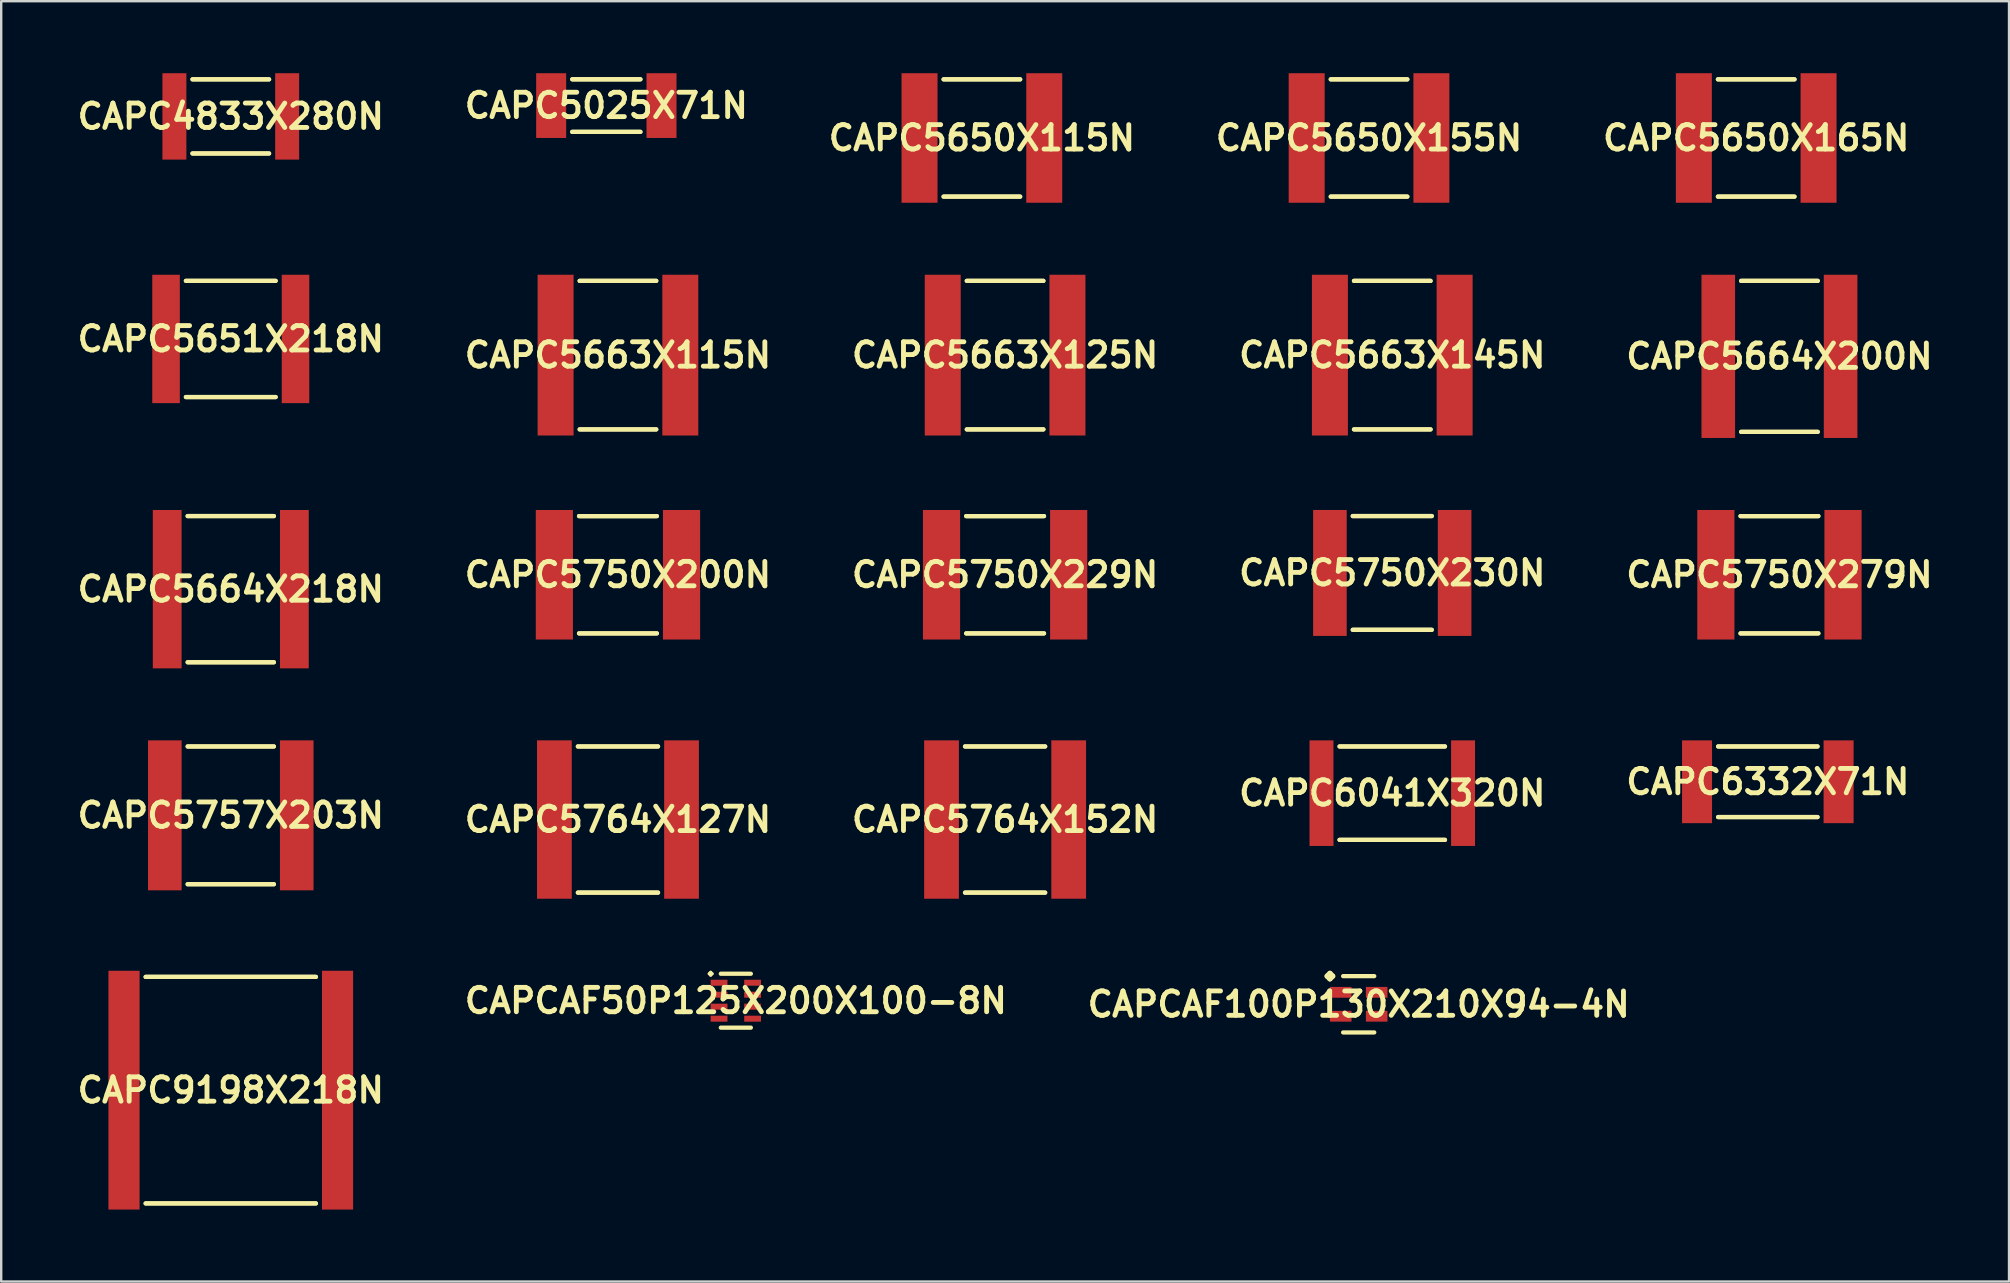
<source format=kicad_pcb>
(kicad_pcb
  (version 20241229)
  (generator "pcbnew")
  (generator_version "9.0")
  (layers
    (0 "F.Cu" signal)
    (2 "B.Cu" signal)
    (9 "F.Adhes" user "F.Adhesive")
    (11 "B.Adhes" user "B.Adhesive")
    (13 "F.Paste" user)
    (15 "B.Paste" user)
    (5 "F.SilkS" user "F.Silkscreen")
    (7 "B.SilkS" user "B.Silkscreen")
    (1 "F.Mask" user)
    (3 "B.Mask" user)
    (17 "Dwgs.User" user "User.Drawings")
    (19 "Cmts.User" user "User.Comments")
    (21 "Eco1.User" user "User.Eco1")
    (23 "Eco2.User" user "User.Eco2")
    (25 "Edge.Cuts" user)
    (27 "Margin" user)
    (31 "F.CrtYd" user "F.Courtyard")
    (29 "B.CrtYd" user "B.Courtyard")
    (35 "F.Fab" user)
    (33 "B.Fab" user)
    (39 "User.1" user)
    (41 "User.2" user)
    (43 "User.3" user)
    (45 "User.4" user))
  (footprint "CAPC5664X200N"
    (layer "F.Cu")
    (at 71.088 11.797)
    (property "Reference" "CAPC5664X200N" (at 0 0 0) (layer "F.SilkS") (effects (font (size 1.016 1.016) (thickness 0.203))))
    (attr smd)
    (fp_line (start -1.595 -3.145) (end 1.595 -3.145) (stroke (width 0.178) (type solid)) (layer "F.SilkS"))
    (fp_line (start -1.595 3.145) (end 1.595 3.145) (stroke (width 0.178) (type solid)) (layer "F.SilkS"))
    (fp_line (start 1.595 -3.145) (end -1.595 -3.145) (stroke (width 0.178) (type solid)) (layer "F.SilkS"))
    (fp_line (start 1.595 3.145) (end -1.595 3.145) (stroke (width 0.178) (type solid)) (layer "F.SilkS"))
    (pad "1" smd rect (at -2.548 0) (size 1.4 6.8) (layers "F.Cu" "F.Mask" "F.Paste"))
    (pad "2" smd rect (at 2.548 0) (size 1.4 6.8) (layers "F.Cu" "F.Mask" "F.Paste")))
  (footprint "CAPC6041X320N"
    (layer "F.Cu")
    (at 54.957 29.996)
    (property "Reference" "CAPC6041X320N" (at 0 0 0) (layer "F.SilkS") (effects (font (size 1.016 1.016) (thickness 0.203))))
    (attr smd)
    (fp_line (start -2.195 -1.946) (end 2.195 -1.946) (stroke (width 0.178) (type solid)) (layer "F.SilkS"))
    (fp_line (start -2.195 1.946) (end 2.195 1.946) (stroke (width 0.178) (type solid)) (layer "F.SilkS"))
    (fp_line (start 2.195 -1.946) (end -2.195 -1.946) (stroke (width 0.178) (type solid)) (layer "F.SilkS"))
    (fp_line (start 2.195 1.946) (end -2.195 1.946) (stroke (width 0.178) (type solid)) (layer "F.SilkS"))
    (pad "1" smd rect (at -2.949 0) (size 0.998 4.399) (layers "F.Cu" "F.Mask" "F.Paste"))
    (pad "2" smd rect (at 2.949 0) (size 0.998 4.399) (layers "F.Cu" "F.Mask" "F.Paste")))
  (footprint "CAPC5663X115N"
    (layer "F.Cu")
    (at 22.696 11.746)
    (property "Reference" "CAPC5663X115N" (at 0 0 0) (layer "F.SilkS") (effects (font (size 1.016 1.016) (thickness 0.203))))
    (attr smd)
    (fp_line (start -1.595 -3.094) (end 1.595 -3.094) (stroke (width 0.178) (type solid)) (layer "F.SilkS"))
    (fp_line (start -1.595 3.094) (end 1.595 3.094) (stroke (width 0.178) (type solid)) (layer "F.SilkS"))
    (fp_line (start 1.595 -3.094) (end -1.595 -3.094) (stroke (width 0.178) (type solid)) (layer "F.SilkS"))
    (fp_line (start 1.595 3.094) (end -1.595 3.094) (stroke (width 0.178) (type solid)) (layer "F.SilkS"))
    (pad "1" smd rect (at -2.598 0) (size 1.499 6.698) (layers "F.Cu" "F.Mask" "F.Paste"))
    (pad "2" smd rect (at 2.598 0) (size 1.499 6.698) (layers "F.Cu" "F.Mask" "F.Paste")))
  (footprint "CAPC5650X165N"
    (layer "F.Cu")
    (at 70.12 2.699)
    (property "Reference" "CAPC5650X165N" (at 0 0 0) (layer "F.SilkS") (effects (font (size 1.016 1.016) (thickness 0.203))))
    (attr smd)
    (fp_line (start -1.595 -2.443) (end 1.595 -2.443) (stroke (width 0.178) (type solid)) (layer "F.SilkS"))
    (fp_line (start -1.595 2.443) (end 1.595 2.443) (stroke (width 0.178) (type solid)) (layer "F.SilkS"))
    (fp_line (start 1.595 -2.443) (end -1.595 -2.443) (stroke (width 0.178) (type solid)) (layer "F.SilkS"))
    (fp_line (start 1.595 2.443) (end -1.595 2.443) (stroke (width 0.178) (type solid)) (layer "F.SilkS"))
    (pad "1" smd rect (at -2.598 0) (size 1.499 5.397) (layers "F.Cu" "F.Mask" "F.Paste"))
    (pad "2" smd rect (at 2.598 0) (size 1.499 5.397) (layers "F.Cu" "F.Mask" "F.Paste")))
  (footprint "CAPC4833X280N"
    (layer "F.Cu")
    (at 6.565 1.8)
    (property "Reference" "CAPC4833X280N" (at 0 0 0) (layer "F.SilkS") (effects (font (size 1.016 1.016) (thickness 0.203))))
    (attr smd)
    (fp_line (start -1.595 -1.544) (end 1.595 -1.544) (stroke (width 0.178) (type solid)) (layer "F.SilkS"))
    (fp_line (start -1.595 1.544) (end 1.595 1.544) (stroke (width 0.178) (type solid)) (layer "F.SilkS"))
    (fp_line (start 1.595 -1.544) (end -1.595 -1.544) (stroke (width 0.178) (type solid)) (layer "F.SilkS"))
    (fp_line (start 1.595 1.544) (end -1.595 1.544) (stroke (width 0.178) (type solid)) (layer "F.SilkS"))
    (pad "1" smd rect (at -2.349 0) (size 0.998 3.599) (layers "F.Cu" "F.Mask" "F.Paste"))
    (pad "2" smd rect (at 2.349 0) (size 0.998 3.599) (layers "F.Cu" "F.Mask" "F.Paste")))
  (footprint "CAPC5650X115N"
    (layer "F.Cu")
    (at 37.859 2.699)
    (property "Reference" "CAPC5650X115N" (at 0 0 0) (layer "F.SilkS") (effects (font (size 1.016 1.016) (thickness 0.203))))
    (attr smd)
    (fp_line (start -1.595 -2.443) (end 1.595 -2.443) (stroke (width 0.178) (type solid)) (layer "F.SilkS"))
    (fp_line (start -1.595 2.443) (end 1.595 2.443) (stroke (width 0.178) (type solid)) (layer "F.SilkS"))
    (fp_line (start 1.595 -2.443) (end -1.595 -2.443) (stroke (width 0.178) (type solid)) (layer "F.SilkS"))
    (fp_line (start 1.595 2.443) (end -1.595 2.443) (stroke (width 0.178) (type solid)) (layer "F.SilkS"))
    (pad "1" smd rect (at -2.598 0) (size 1.499 5.397) (layers "F.Cu" "F.Mask" "F.Paste"))
    (pad "2" smd rect (at 2.598 0) (size 1.499 5.397) (layers "F.Cu" "F.Mask" "F.Paste")))
  (footprint "CAPC5764X152N"
    (layer "F.Cu")
    (at 38.826 31.095)
    (property "Reference" "CAPC5764X152N" (at 0 0 0) (layer "F.SilkS") (effects (font (size 1.016 1.016) (thickness 0.203))))
    (attr smd)
    (fp_line (start -1.669 -3.045) (end 1.669 -3.045) (stroke (width 0.178) (type solid)) (layer "F.SilkS"))
    (fp_line (start -1.669 3.045) (end 1.669 3.045) (stroke (width 0.178) (type solid)) (layer "F.SilkS"))
    (fp_line (start 1.669 -3.045) (end -1.669 -3.045) (stroke (width 0.178) (type solid)) (layer "F.SilkS"))
    (fp_line (start 1.669 3.045) (end -1.669 3.045) (stroke (width 0.178) (type solid)) (layer "F.SilkS"))
    (pad "1" smd rect (at -2.649 0) (size 1.448 6.599) (layers "F.Cu" "F.Mask" "F.Paste"))
    (pad "2" smd rect (at 2.649 0) (size 1.448 6.599) (layers "F.Cu" "F.Mask" "F.Paste")))
  (footprint "CAPC5750X279N"
    (layer "F.Cu")
    (at 71.088 20.896)
    (property "Reference" "CAPC5750X279N" (at 0 0 0) (layer "F.SilkS") (effects (font (size 1.016 1.016) (thickness 0.203))))
    (attr smd)
    (fp_line (start -1.621 -2.443) (end 1.621 -2.443) (stroke (width 0.178) (type solid)) (layer "F.SilkS"))
    (fp_line (start -1.621 2.443) (end 1.621 2.443) (stroke (width 0.178) (type solid)) (layer "F.SilkS"))
    (fp_line (start 1.621 -2.443) (end -1.621 -2.443) (stroke (width 0.178) (type solid)) (layer "F.SilkS"))
    (fp_line (start 1.621 2.443) (end -1.621 2.443) (stroke (width 0.178) (type solid)) (layer "F.SilkS"))
    (pad "1" smd rect (at -2.649 0) (size 1.549 5.397) (layers "F.Cu" "F.Mask" "F.Paste"))
    (pad "2" smd rect (at 2.649 0) (size 1.549 5.397) (layers "F.Cu" "F.Mask" "F.Paste")))
  (footprint "CAPC5750X229N"
    (layer "F.Cu")
    (at 38.826 20.896)
    (property "Reference" "CAPC5750X229N" (at 0 0 0) (layer "F.SilkS") (effects (font (size 1.016 1.016) (thickness 0.203))))
    (attr smd)
    (fp_line (start -1.621 -2.443) (end 1.621 -2.443) (stroke (width 0.178) (type solid)) (layer "F.SilkS"))
    (fp_line (start -1.621 2.443) (end 1.621 2.443) (stroke (width 0.178) (type solid)) (layer "F.SilkS"))
    (fp_line (start 1.621 -2.443) (end -1.621 -2.443) (stroke (width 0.178) (type solid)) (layer "F.SilkS"))
    (fp_line (start 1.621 2.443) (end -1.621 2.443) (stroke (width 0.178) (type solid)) (layer "F.SilkS"))
    (pad "1" smd rect (at -2.649 0) (size 1.549 5.397) (layers "F.Cu" "F.Mask" "F.Paste"))
    (pad "2" smd rect (at 2.649 0) (size 1.549 5.397) (layers "F.Cu" "F.Mask" "F.Paste")))
  (footprint "CAPC5663X145N"
    (layer "F.Cu")
    (at 54.957 11.746)
    (property "Reference" "CAPC5663X145N" (at 0 0 0) (layer "F.SilkS") (effects (font (size 1.016 1.016) (thickness 0.203))))
    (attr smd)
    (fp_line (start -1.595 -3.094) (end 1.595 -3.094) (stroke (width 0.178) (type solid)) (layer "F.SilkS"))
    (fp_line (start -1.595 3.094) (end 1.595 3.094) (stroke (width 0.178) (type solid)) (layer "F.SilkS"))
    (fp_line (start 1.595 -3.094) (end -1.595 -3.094) (stroke (width 0.178) (type solid)) (layer "F.SilkS"))
    (fp_line (start 1.595 3.094) (end -1.595 3.094) (stroke (width 0.178) (type solid)) (layer "F.SilkS"))
    (pad "1" smd rect (at -2.598 0) (size 1.499 6.698) (layers "F.Cu" "F.Mask" "F.Paste"))
    (pad "2" smd rect (at 2.598 0) (size 1.499 6.698) (layers "F.Cu" "F.Mask" "F.Paste")))
  (footprint "CAPC5025X71N"
    (layer "F.Cu")
    (at 22.212 1.349)
    (property "Reference" "CAPC5025X71N" (at 0 0 0) (layer "F.SilkS") (effects (font (size 1.016 1.016) (thickness 0.203))))
    (attr smd)
    (fp_line (start -1.42 -1.095) (end 1.42 -1.095) (stroke (width 0.178) (type solid)) (layer "F.SilkS"))
    (fp_line (start -1.42 1.095) (end 1.42 1.095) (stroke (width 0.178) (type solid)) (layer "F.SilkS"))
    (fp_line (start 1.42 -1.095) (end -1.42 -1.095) (stroke (width 0.178) (type solid)) (layer "F.SilkS"))
    (fp_line (start 1.42 1.095) (end -1.42 1.095) (stroke (width 0.178) (type solid)) (layer "F.SilkS"))
    (pad "1" smd rect (at -2.299 0) (size 1.25 2.697) (layers "F.Cu" "F.Mask" "F.Paste"))
    (pad "2" smd rect (at 2.299 0) (size 1.25 2.697) (layers "F.Cu" "F.Mask" "F.Paste")))
  (footprint "CAPC5664X218N"
    (layer "F.Cu")
    (at 6.565 21.497)
    (property "Reference" "CAPC5664X218N" (at 0 0 0) (layer "F.SilkS") (effects (font (size 1.016 1.016) (thickness 0.203))))
    (attr smd)
    (fp_line (start -1.796 -3.045) (end 1.796 -3.045) (stroke (width 0.178) (type solid)) (layer "F.SilkS"))
    (fp_line (start -1.796 3.045) (end 1.796 3.045) (stroke (width 0.178) (type solid)) (layer "F.SilkS"))
    (fp_line (start 1.796 -3.045) (end -1.796 -3.045) (stroke (width 0.178) (type solid)) (layer "F.SilkS"))
    (fp_line (start 1.796 3.045) (end -1.796 3.045) (stroke (width 0.178) (type solid)) (layer "F.SilkS"))
    (pad "1" smd rect (at -2.649 0) (size 1.199 6.599) (layers "F.Cu" "F.Mask" "F.Paste"))
    (pad "2" smd rect (at 2.649 0) (size 1.199 6.599) (layers "F.Cu" "F.Mask" "F.Paste")))
  (footprint "CAPC6332X71N"
    (layer "F.Cu")
    (at 70.604 29.521)
    (property "Reference" "CAPC6332X71N" (at 0 0 0) (layer "F.SilkS") (effects (font (size 1.016 1.016) (thickness 0.203))))
    (attr smd)
    (fp_line (start -2.07 -1.471) (end 2.07 -1.471) (stroke (width 0.178) (type solid)) (layer "F.SilkS"))
    (fp_line (start -2.07 1.471) (end 2.07 1.471) (stroke (width 0.178) (type solid)) (layer "F.SilkS"))
    (fp_line (start 2.07 -1.471) (end -2.07 -1.471) (stroke (width 0.178) (type solid)) (layer "F.SilkS"))
    (fp_line (start 2.07 1.471) (end -2.07 1.471) (stroke (width 0.178) (type solid)) (layer "F.SilkS"))
    (pad "1" smd rect (at -2.949 0) (size 1.25 3.449) (layers "F.Cu" "F.Mask" "F.Paste"))
    (pad "2" smd rect (at 2.949 0) (size 1.25 3.449) (layers "F.Cu" "F.Mask" "F.Paste")))
  (footprint "CAPC5750X230N"
    (layer "F.Cu")
    (at 54.957 20.821)
    (property "Reference" "CAPC5750X230N" (at 0 0 0) (layer "F.SilkS") (effects (font (size 1.016 1.016) (thickness 0.203))))
    (attr smd)
    (fp_line (start -1.646 -2.37) (end 1.646 -2.37) (stroke (width 0.178) (type solid)) (layer "F.SilkS"))
    (fp_line (start -1.646 2.37) (end 1.646 2.37) (stroke (width 0.178) (type solid)) (layer "F.SilkS"))
    (fp_line (start 1.646 -2.37) (end -1.646 -2.37) (stroke (width 0.178) (type solid)) (layer "F.SilkS"))
    (fp_line (start 1.646 2.37) (end -1.646 2.37) (stroke (width 0.178) (type solid)) (layer "F.SilkS"))
    (pad "1" smd rect (at -2.598 0) (size 1.4 5.248) (layers "F.Cu" "F.Mask" "F.Paste"))
    (pad "2" smd rect (at 2.598 0) (size 1.4 5.248) (layers "F.Cu" "F.Mask" "F.Paste")))
  (footprint "CAPCAF100P130X210X94-4N"
    (layer "F.Cu")
    (at 53.558 38.792)
    (property "Reference" "CAPCAF100P130X210X94-4N" (at 0 0 0) (layer "F.SilkS") (effects (font (size 1.016 1.016) (thickness 0.203))))
    (attr smd)
    (fp_line (start -1.311 -1.173) (end -1.199 -1.285) (stroke (width 0.224) (type solid)) (layer "F.SilkS"))
    (fp_line (start -1.199 -1.285) (end -1.087 -1.173) (stroke (width 0.224) (type solid)) (layer "F.SilkS"))
    (fp_line (start -1.199 -1.062) (end -1.311 -1.173) (stroke (width 0.224) (type solid)) (layer "F.SilkS"))
    (fp_line (start -1.087 -1.173) (end -1.199 -1.062) (stroke (width 0.224) (type solid)) (layer "F.SilkS"))
    (fp_line (start -0.648 -1.173) (end 0.648 -1.173) (stroke (width 0.178) (type solid)) (layer "F.SilkS"))
    (fp_line (start -0.648 1.173) (end 0.648 1.173) (stroke (width 0.178) (type solid)) (layer "F.SilkS"))
    (pad "1" smd rect (at -0.749 -0.498) (size 0.899 0.45) (layers "F.Cu" "F.Mask" "F.Paste"))
    (pad "2" smd rect (at -0.749 0.498) (size 0.899 0.45) (layers "F.Cu" "F.Mask" "F.Paste"))
    (pad "3" smd rect (at 0.749 0.498) (size 0.899 0.45) (layers "F.Cu" "F.Mask" "F.Paste"))
    (pad "4" smd rect (at 0.749 -0.498) (size 0.899 0.45) (layers "F.Cu" "F.Mask" "F.Paste")))
  (footprint "CAPC5764X127N"
    (layer "F.Cu")
    (at 22.696 31.095)
    (property "Reference" "CAPC5764X127N" (at 0 0 0) (layer "F.SilkS") (effects (font (size 1.016 1.016) (thickness 0.203))))
    (attr smd)
    (fp_line (start -1.669 -3.045) (end 1.669 -3.045) (stroke (width 0.178) (type solid)) (layer "F.SilkS"))
    (fp_line (start -1.669 3.045) (end 1.669 3.045) (stroke (width 0.178) (type solid)) (layer "F.SilkS"))
    (fp_line (start 1.669 -3.045) (end -1.669 -3.045) (stroke (width 0.178) (type solid)) (layer "F.SilkS"))
    (fp_line (start 1.669 3.045) (end -1.669 3.045) (stroke (width 0.178) (type solid)) (layer "F.SilkS"))
    (pad "1" smd rect (at -2.649 0) (size 1.448 6.599) (layers "F.Cu" "F.Mask" "F.Paste"))
    (pad "2" smd rect (at 2.649 0) (size 1.448 6.599) (layers "F.Cu" "F.Mask" "F.Paste")))
  (footprint "CAPC5750X200N"
    (layer "F.Cu")
    (at 22.696 20.896)
    (property "Reference" "CAPC5750X200N" (at 0 0 0) (layer "F.SilkS") (effects (font (size 1.016 1.016) (thickness 0.203))))
    (attr smd)
    (fp_line (start -1.621 -2.443) (end 1.621 -2.443) (stroke (width 0.178) (type solid)) (layer "F.SilkS"))
    (fp_line (start -1.621 2.443) (end 1.621 2.443) (stroke (width 0.178) (type solid)) (layer "F.SilkS"))
    (fp_line (start 1.621 -2.443) (end -1.621 -2.443) (stroke (width 0.178) (type solid)) (layer "F.SilkS"))
    (fp_line (start 1.621 2.443) (end -1.621 2.443) (stroke (width 0.178) (type solid)) (layer "F.SilkS"))
    (pad "1" smd rect (at -2.649 0) (size 1.549 5.397) (layers "F.Cu" "F.Mask" "F.Paste"))
    (pad "2" smd rect (at 2.649 0) (size 1.549 5.397) (layers "F.Cu" "F.Mask" "F.Paste")))
  (footprint "CAPC5651X218N"
    (layer "F.Cu")
    (at 6.565 11.072)
    (property "Reference" "CAPC5651X218N" (at 0 0 0) (layer "F.SilkS") (effects (font (size 1.016 1.016) (thickness 0.203))))
    (attr smd)
    (fp_line (start -1.869 -2.421) (end 1.869 -2.421) (stroke (width 0.178) (type solid)) (layer "F.SilkS"))
    (fp_line (start -1.869 2.421) (end 1.869 2.421) (stroke (width 0.178) (type solid)) (layer "F.SilkS"))
    (fp_line (start 1.869 -2.421) (end -1.869 -2.421) (stroke (width 0.178) (type solid)) (layer "F.SilkS"))
    (fp_line (start 1.869 2.421) (end -1.869 2.421) (stroke (width 0.178) (type solid)) (layer "F.SilkS"))
    (pad "1" smd rect (at -2.697 0) (size 1.148 5.349) (layers "F.Cu" "F.Mask" "F.Paste"))
    (pad "2" smd rect (at 2.697 0) (size 1.148 5.349) (layers "F.Cu" "F.Mask" "F.Paste")))
  (footprint "CAPC5663X125N"
    (layer "F.Cu")
    (at 38.826 11.746)
    (property "Reference" "CAPC5663X125N" (at 0 0 0) (layer "F.SilkS") (effects (font (size 1.016 1.016) (thickness 0.203))))
    (attr smd)
    (fp_line (start -1.595 -3.094) (end 1.595 -3.094) (stroke (width 0.178) (type solid)) (layer "F.SilkS"))
    (fp_line (start -1.595 3.094) (end 1.595 3.094) (stroke (width 0.178) (type solid)) (layer "F.SilkS"))
    (fp_line (start 1.595 -3.094) (end -1.595 -3.094) (stroke (width 0.178) (type solid)) (layer "F.SilkS"))
    (fp_line (start 1.595 3.094) (end -1.595 3.094) (stroke (width 0.178) (type solid)) (layer "F.SilkS"))
    (pad "1" smd rect (at -2.598 0) (size 1.499 6.698) (layers "F.Cu" "F.Mask" "F.Paste"))
    (pad "2" smd rect (at 2.598 0) (size 1.499 6.698) (layers "F.Cu" "F.Mask" "F.Paste")))
  (footprint "CAPC5650X155N"
    (layer "F.Cu")
    (at 53.989 2.699)
    (property "Reference" "CAPC5650X155N" (at 0 0 0) (layer "F.SilkS") (effects (font (size 1.016 1.016) (thickness 0.203))))
    (attr smd)
    (fp_line (start -1.595 -2.443) (end 1.595 -2.443) (stroke (width 0.178) (type solid)) (layer "F.SilkS"))
    (fp_line (start -1.595 2.443) (end 1.595 2.443) (stroke (width 0.178) (type solid)) (layer "F.SilkS"))
    (fp_line (start 1.595 -2.443) (end -1.595 -2.443) (stroke (width 0.178) (type solid)) (layer "F.SilkS"))
    (fp_line (start 1.595 2.443) (end -1.595 2.443) (stroke (width 0.178) (type solid)) (layer "F.SilkS"))
    (pad "1" smd rect (at -2.598 0) (size 1.499 5.397) (layers "F.Cu" "F.Mask" "F.Paste"))
    (pad "2" smd rect (at 2.598 0) (size 1.499 5.397) (layers "F.Cu" "F.Mask" "F.Paste")))
  (footprint "CAPCAF50P125X200X100-8N"
    (layer "F.Cu")
    (at 27.607 38.643)
    (property "Reference" "CAPCAF50P125X200X100-8N" (at 0 0 0) (layer "F.SilkS") (effects (font (size 1.016 1.016) (thickness 0.203))))
    (attr smd)
    (fp_line (start -1.11 -1.123) (end -1.049 -1.186) (stroke (width 0.124) (type solid)) (layer "F.SilkS"))
    (fp_line (start -1.049 -1.186) (end -0.986 -1.123) (stroke (width 0.124) (type solid)) (layer "F.SilkS"))
    (fp_line (start -1.049 -1.062) (end -1.11 -1.123) (stroke (width 0.124) (type solid)) (layer "F.SilkS"))
    (fp_line (start -0.986 -1.123) (end -1.049 -1.062) (stroke (width 0.124) (type solid)) (layer "F.SilkS"))
    (fp_line (start -0.625 -1.123) (end 0.625 -1.123) (stroke (width 0.178) (type solid)) (layer "F.SilkS"))
    (fp_line (start -0.625 1.123) (end 0.625 1.123) (stroke (width 0.178) (type solid)) (layer "F.SilkS"))
    (pad "1" smd rect (at -0.699 -0.749) (size 0.699 0.249) (layers "F.Cu" "F.Mask" "F.Paste"))
    (pad "2" smd rect (at -0.699 -0.249) (size 0.699 0.249) (layers "F.Cu" "F.Mask" "F.Paste"))
    (pad "3" smd rect (at -0.699 0.249) (size 0.699 0.249) (layers "F.Cu" "F.Mask" "F.Paste"))
    (pad "4" smd rect (at -0.699 0.749) (size 0.699 0.249) (layers "F.Cu" "F.Mask" "F.Paste"))
    (pad "5" smd rect (at 0.699 0.749) (size 0.699 0.249) (layers "F.Cu" "F.Mask" "F.Paste"))
    (pad "6" smd rect (at 0.699 0.249) (size 0.699 0.249) (layers "F.Cu" "F.Mask" "F.Paste"))
    (pad "7" smd rect (at 0.699 -0.249) (size 0.699 0.249) (layers "F.Cu" "F.Mask" "F.Paste"))
    (pad "8" smd rect (at 0.699 -0.749) (size 0.699 0.249) (layers "F.Cu" "F.Mask" "F.Paste")))
  (footprint "CAPC9198X218N"
    (layer "F.Cu")
    (at 6.565 42.37)
    (property "Reference" "CAPC9198X218N" (at 0 0 0) (layer "F.SilkS") (effects (font (size 1.016 1.016) (thickness 0.203))))
    (attr smd)
    (fp_line (start -3.546 -4.719) (end 3.546 -4.719) (stroke (width 0.178) (type solid)) (layer "F.SilkS"))
    (fp_line (start -3.546 4.719) (end 3.546 4.719) (stroke (width 0.178) (type solid)) (layer "F.SilkS"))
    (fp_line (start 3.546 -4.719) (end -3.546 -4.719) (stroke (width 0.178) (type solid)) (layer "F.SilkS"))
    (fp_line (start 3.546 4.719) (end -3.546 4.719) (stroke (width 0.178) (type solid)) (layer "F.SilkS"))
    (pad "1" smd rect (at -4.448 0) (size 1.298 9.949) (layers "F.Cu" "F.Mask" "F.Paste"))
    (pad "2" smd rect (at 4.448 0) (size 1.298 9.949) (layers "F.Cu" "F.Mask" "F.Paste")))
  (footprint "CAPC5757X203N"
    (layer "F.Cu")
    (at 6.565 30.92)
    (property "Reference" "CAPC5757X203N" (at 0 0 0) (layer "F.SilkS") (effects (font (size 1.016 1.016) (thickness 0.203))))
    (attr smd)
    (fp_line (start -1.796 -2.87) (end 1.796 -2.87) (stroke (width 0.178) (type solid)) (layer "F.SilkS"))
    (fp_line (start -1.796 2.87) (end 1.796 2.87) (stroke (width 0.178) (type solid)) (layer "F.SilkS"))
    (fp_line (start 1.796 -2.87) (end -1.796 -2.87) (stroke (width 0.178) (type solid)) (layer "F.SilkS"))
    (fp_line (start 1.796 2.87) (end -1.796 2.87) (stroke (width 0.178) (type solid)) (layer "F.SilkS"))
    (pad "1" smd rect (at -2.748 0) (size 1.4 6.248) (layers "F.Cu" "F.Mask" "F.Paste"))
    (pad "2" smd rect (at 2.748 0) (size 1.4 6.248) (layers "F.Cu" "F.Mask" "F.Paste")))
  (gr_rect
    (start -3 -3)
    (end 80.653 50.344)
    (stroke (width 0.1) (type default))
    (fill no)
    (layer "Edge.Cuts")))
</source>
